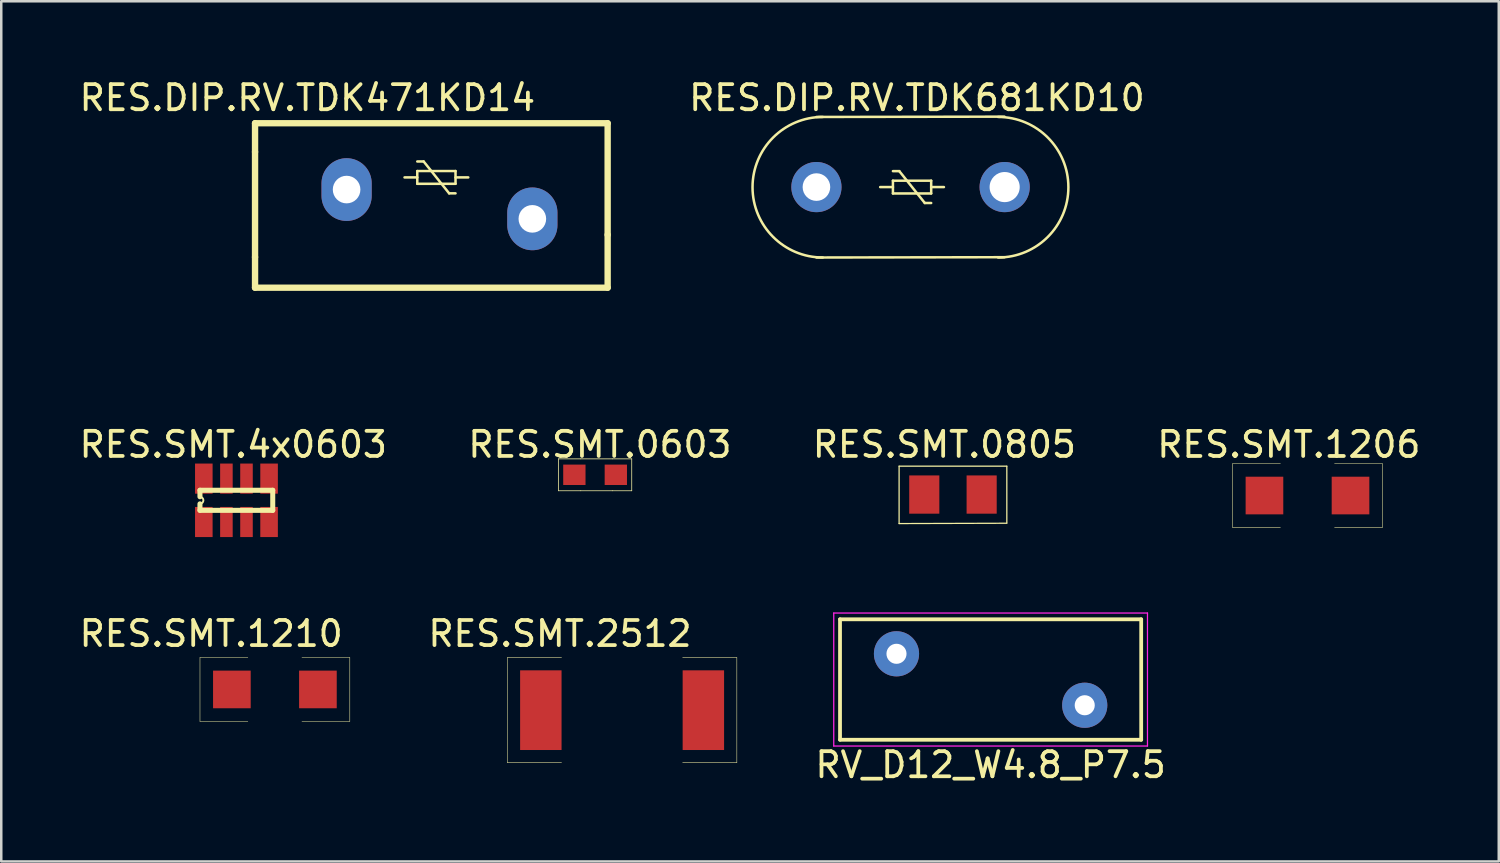
<source format=kicad_pcb>
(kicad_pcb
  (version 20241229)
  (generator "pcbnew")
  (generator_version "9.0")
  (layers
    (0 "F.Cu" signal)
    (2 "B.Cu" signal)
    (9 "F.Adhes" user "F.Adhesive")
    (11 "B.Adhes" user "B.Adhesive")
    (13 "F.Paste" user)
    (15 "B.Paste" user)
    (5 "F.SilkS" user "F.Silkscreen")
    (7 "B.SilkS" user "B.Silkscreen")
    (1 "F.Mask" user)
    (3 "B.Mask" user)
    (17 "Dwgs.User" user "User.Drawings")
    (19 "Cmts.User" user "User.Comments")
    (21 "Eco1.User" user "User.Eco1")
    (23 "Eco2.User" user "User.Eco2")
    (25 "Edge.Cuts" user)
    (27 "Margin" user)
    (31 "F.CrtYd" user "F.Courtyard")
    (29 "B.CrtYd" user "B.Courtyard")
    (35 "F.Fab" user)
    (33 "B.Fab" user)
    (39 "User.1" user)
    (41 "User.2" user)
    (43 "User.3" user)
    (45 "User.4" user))
  (footprint "RES.SMT.2512"
    (layer "F.Cu")
    (at 21.864 25.246)
    (property "Reference" "RES.SMT.2512" (at -2.603 -3.048 0) (layer "F.SilkS") (effects (font (size 1 1) (thickness 0.15))))
    (attr through_hole)
    (fp_line (start -4.699 -2.095) (end -2.54 -2.095) (stroke (width 0.02) (type solid)) (layer "F.SilkS"))
    (fp_line (start -4.699 2.095) (end -4.699 -2.095) (stroke (width 0.02) (type solid)) (layer "F.SilkS"))
    (fp_line (start -4.699 2.095) (end -2.54 2.095) (stroke (width 0.02) (type solid)) (layer "F.SilkS"))
    (fp_line (start 2.286 -2.095) (end 4.445 -2.095) (stroke (width 0.02) (type solid)) (layer "F.SilkS"))
    (fp_line (start 2.286 2.095) (end 4.445 2.095) (stroke (width 0.02) (type solid)) (layer "F.SilkS"))
    (fp_line (start 4.445 2.095) (end 4.445 -2.095) (stroke (width 0.02) (type solid)) (layer "F.SilkS"))
    (pad "1" smd rect (at -3.365 0 90) (size 3.175 1.651) (layers "F.Cu" "F.Mask" "F.Paste"))
    (pad "2" smd rect (at 3.111 0 90) (size 3.175 1.651) (layers "F.Cu" "F.Mask" "F.Paste")))
  (footprint "RES.DIP.RV.TDK681KD10"
    (layer "F.Cu")
    (at 33.484 8.976)
    (property "Reference" "RES.DIP.RV.TDK681KD10" (at 0 -8.128 0) (layer "F.SilkS") (effects (font (size 1 1) (thickness 0.15))))
    (attr through_hole)
    (fp_line (start -4.004 -7.366) (end 3.489 -7.378) (stroke (width 0.1) (type solid)) (layer "F.SilkS"))
    (fp_line (start -4.004 -1.766) (end 3.489 -1.778) (stroke (width 0.1) (type solid)) (layer "F.SilkS"))
    (fp_line (start -1.464 -4.572) (end -0.956 -4.572) (stroke (width 0.1) (type solid)) (layer "F.SilkS"))
    (fp_line (start -0.956 -5.207) (end -0.702 -5.207) (stroke (width 0.1) (type solid)) (layer "F.SilkS"))
    (fp_line (start -0.956 -4.318) (end -0.956 -4.826) (stroke (width 0.1) (type solid)) (layer "F.SilkS"))
    (fp_line (start -0.956 -4.318) (end 0.568 -4.318) (stroke (width 0.1) (type solid)) (layer "F.SilkS"))
    (fp_line (start -0.956 -4.826) (end 0.568 -4.826) (stroke (width 0.1) (type solid)) (layer "F.SilkS"))
    (fp_line (start -0.702 -5.207) (end 0.314 -3.937) (stroke (width 0.1) (type solid)) (layer "F.SilkS"))
    (fp_line (start 0.314 -3.937) (end 0.568 -3.937) (stroke (width 0.1) (type solid)) (layer "F.SilkS"))
    (fp_line (start 0.568 -4.826) (end 0.568 -4.318) (stroke (width 0.1) (type solid)) (layer "F.SilkS"))
    (fp_line (start 0.568 -4.572) (end 1.076 -4.572) (stroke (width 0.1) (type solid)) (layer "F.SilkS"))
    (fp_arc (start -3.74999 -1.766) (mid -6.54999 -4.566) (end -3.74999 -7.366) (stroke (width 0.1) (type solid)) (layer "F.SilkS"))
    (fp_arc (start 3.235 -7.366) (mid 6.035 -4.566) (end 3.235 -1.766) (stroke (width 0.1) (type solid)) (layer "F.SilkS"))
    (pad "1" thru_hole circle (at -4.004 -4.572) (size 2 2) (drill 1.1) (layers "*.Cu" "*.Mask"))
    (pad "2" thru_hole circle (at 3.496 -4.572) (size 2 2) (drill 1.2) (layers "*.Cu" "*.Mask")))
  (footprint "RES.SMT.4x0603"
    (layer "F.Cu")
    (at 6.371 16.821)
    (property "Reference" "RES.SMT.4x0603" (at -0.127 -2.159 0) (layer "F.SilkS") (effects (font (size 1 1) (thickness 0.15))))
    (attr through_hole)
    (fp_line (start -1.454 -0.337) (end 1.446 -0.337) (stroke (width 0.2) (type solid)) (layer "F.SilkS"))
    (fp_line (start -1.454 -0.078) (end -1.454 -0.337) (stroke (width 0.2) (type solid)) (layer "F.SilkS"))
    (fp_line (start -1.454 0.463) (end -1.454 0.204) (stroke (width 0.2) (type solid)) (layer "F.SilkS"))
    (fp_line (start -1.454 0.463) (end 1.446 0.463) (stroke (width 0.2) (type solid)) (layer "F.SilkS"))
    (fp_line (start 1.446 0.463) (end 1.446 -0.337) (stroke (width 0.2) (type solid)) (layer "F.SilkS"))
    (fp_arc (start -1.45398 -0.07802) (mid -1.313 0.06296) (end -1.45398 0.20394) (stroke (width 0.0762) (type solid)) (layer "F.SilkS"))
    (pad "1" smd rect (at -1.3 0.928 180) (size 0.7 1.2) (layers "F.Cu" "F.Mask" "F.Paste"))
    (pad "2" smd rect (at -0.4 0.928 180) (size 0.5 1.2) (layers "F.Cu" "F.Mask" "F.Paste"))
    (pad "3" smd rect (at 0.4 0.928 180) (size 0.5 1.2) (layers "F.Cu" "F.Mask" "F.Paste"))
    (pad "4" smd rect (at 1.3 0.928 180) (size 0.7 1.2) (layers "F.Cu" "F.Mask" "F.Paste"))
    (pad "5" smd rect (at 1.3 -0.801 180) (size 0.7 1.2) (layers "F.Cu" "F.Mask" "F.Paste"))
    (pad "6" smd rect (at 0.4 -0.801 180) (size 0.5 1.2) (layers "F.Cu" "F.Mask" "F.Paste"))
    (pad "7" smd rect (at -0.4 -0.801 180) (size 0.5 1.2) (layers "F.Cu" "F.Mask" "F.Paste"))
    (pad "8" smd rect (at -1.3 -0.801 180) (size 0.7 1.2) (layers "F.Cu" "F.Mask" "F.Paste")))
  (footprint "RES.SMT.1206"
    (layer "F.Cu")
    (at 49.002 16.758)
    (property "Reference" "RES.SMT.1206" (at -0.699 -2.095 0) (layer "F.SilkS") (effects (font (size 1 1) (thickness 0.15))))
    (attr through_hole)
    (fp_line (start -2.941 -1.333) (end -1.036 -1.333) (stroke (width 0.02) (type solid)) (layer "F.SilkS"))
    (fp_line (start -2.941 1.206) (end -2.941 -1.333) (stroke (width 0.02) (type solid)) (layer "F.SilkS"))
    (fp_line (start -2.941 1.206) (end -1.036 1.206) (stroke (width 0.02) (type solid)) (layer "F.SilkS"))
    (fp_line (start 1.123 -1.333) (end 3.028 -1.333) (stroke (width 0.02) (type solid)) (layer "F.SilkS"))
    (fp_line (start 1.123 1.206) (end 3.028 1.206) (stroke (width 0.02) (type solid)) (layer "F.SilkS"))
    (fp_line (start 3.028 1.206) (end 3.028 -1.333) (stroke (width 0.02) (type solid)) (layer "F.SilkS"))
    (pad "1" smd rect (at -1.671 -0.064) (size 1.5 1.5) (layers "F.Cu" "F.Mask" "F.Paste"))
    (pad "2" smd rect (at 1.758 -0.064) (size 1.5 1.5) (layers "F.Cu" "F.Mask" "F.Paste")))
  (footprint "RV_D12_W4.8_P7.5"
    (layer "F.Cu")
    (at 32.67 23)
    (property "Reference" "RV_D12_W4.8_P7.5" (at 3.75 4.425 0) (layer "F.SilkS") (effects (font (size 1 1) (thickness 0.15))))
    (attr through_hole)
    (fp_line (start -2.25 -1.375) (end -2.25 3.425) (stroke (width 0.15) (type solid)) (layer "F.SilkS"))
    (fp_line (start -2.25 -1.375) (end 9.75 -1.375) (stroke (width 0.15) (type solid)) (layer "F.SilkS"))
    (fp_line (start -2.25 3.425) (end 9.75 3.425) (stroke (width 0.15) (type solid)) (layer "F.SilkS"))
    (fp_line (start 9.75 -1.375) (end 9.75 3.425) (stroke (width 0.15) (type solid)) (layer "F.SilkS"))
    (fp_line (start -2.5 -1.625) (end -2.5 3.675) (stroke (width 0.05) (type solid)) (layer "F.CrtYd"))
    (fp_line (start -2.5 -1.625) (end 10 -1.625) (stroke (width 0.05) (type solid)) (layer "F.CrtYd"))
    (fp_line (start -2.5 3.675) (end 10 3.675) (stroke (width 0.05) (type solid)) (layer "F.CrtYd"))
    (fp_line (start 10 -1.625) (end 10 3.675) (stroke (width 0.05) (type solid)) (layer "F.CrtYd"))
    (pad "1" thru_hole circle (at 0 0) (size 1.8 1.8) (drill 0.8) (layers "*.Cu" "*.Mask"))
    (pad "2" thru_hole circle (at 7.5 2.05) (size 1.8 1.8) (drill 0.8) (layers "*.Cu" "*.Mask")))
  (footprint "RES.SMT.0603"
    (layer "F.Cu")
    (at 20.661 15.932)
    (property "Reference" "RES.SMT.0603" (at 0.191 -1.27 0) (layer "F.SilkS") (effects (font (size 1 1) (thickness 0.15))))
    (attr through_hole)
    (fp_line (start -1.46 -0.699) (end -0.572 -0.699) (stroke (width 0.03) (type solid)) (layer "F.SilkS"))
    (fp_line (start -1.46 0.572) (end -1.46 -0.699) (stroke (width 0.03) (type solid)) (layer "F.SilkS"))
    (fp_line (start -1.46 0.572) (end -0.572 0.572) (stroke (width 0.03) (type solid)) (layer "F.SilkS"))
    (fp_line (start -0.572 -0.699) (end 0.699 -0.699) (stroke (width 0.03) (type solid)) (layer "F.SilkS"))
    (fp_line (start -0.572 0.572) (end 0.699 0.572) (stroke (width 0.03) (type solid)) (layer "F.SilkS"))
    (fp_line (start 0.699 -0.699) (end 1.46 -0.699) (stroke (width 0.03) (type solid)) (layer "F.SilkS"))
    (fp_line (start 0.699 0.572) (end 1.46 0.572) (stroke (width 0.03) (type solid)) (layer "F.SilkS"))
    (fp_line (start 1.46 0.572) (end 1.46 -0.699) (stroke (width 0.03) (type solid)) (layer "F.SilkS"))
    (pad "1" smd rect (at -0.826 -0.064) (size 0.889 0.813) (layers "F.Cu" "F.Mask" "F.Paste"))
    (pad "2" smd rect (at 0.826 -0.064) (size 0.889 0.813) (layers "F.Cu" "F.Mask" "F.Paste")))
  (footprint "RES.SMT.1210"
    (layer "F.Cu")
    (at 7.903 24.42)
    (property "Reference" "RES.SMT.1210" (at -2.54 -2.223 0) (layer "F.SilkS") (effects (font (size 1 1) (thickness 0.15))))
    (attr through_hole)
    (fp_line (start -2.985 -1.27) (end -1.079 -1.27) (stroke (width 0.02) (type solid)) (layer "F.SilkS"))
    (fp_line (start -2.985 1.27) (end -2.985 -1.27) (stroke (width 0.02) (type solid)) (layer "F.SilkS"))
    (fp_line (start -2.985 1.27) (end -1.079 1.27) (stroke (width 0.02) (type solid)) (layer "F.SilkS"))
    (fp_line (start 1.079 -1.27) (end 2.985 -1.27) (stroke (width 0.02) (type solid)) (layer "F.SilkS"))
    (fp_line (start 1.079 1.27) (end 2.985 1.27) (stroke (width 0.02) (type solid)) (layer "F.SilkS"))
    (fp_line (start 2.985 1.27) (end 2.985 -1.27) (stroke (width 0.02) (type solid)) (layer "F.SilkS"))
    (pad "1" smd rect (at -1.714 0) (size 1.5 1.5) (layers "F.Cu" "F.Mask" "F.Paste"))
    (pad "2" smd rect (at 1.714 0) (size 1.5 1.5) (layers "F.Cu" "F.Mask" "F.Paste")))
  (footprint "RES.DIP.RV.TDK471KD14"
    (layer "F.Cu")
    (at 14.213 10.564)
    (property "Reference" "RES.DIP.RV.TDK471KD14" (at -5.016 -9.716 0) (layer "F.SilkS") (effects (font (size 1 1) (thickness 0.15))))
    (attr through_hole)
    (fp_line (start -7.101 -8.704) (end 6.948 -8.704) (stroke (width 0.254) (type solid)) (layer "F.SilkS"))
    (fp_line (start -7.101 -7.561) (end -7.101 -8.704) (stroke (width 0.254) (type solid)) (layer "F.SilkS"))
    (fp_line (start -7.101 -3.37) (end -7.101 -7.561) (stroke (width 0.254) (type solid)) (layer "F.SilkS"))
    (fp_line (start -7.101 -2.151) (end -7.101 -3.37) (stroke (width 0.254) (type solid)) (layer "F.SilkS"))
    (fp_line (start -7.101 -2.151) (end 6.948 -2.151) (stroke (width 0.254) (type solid)) (layer "F.SilkS"))
    (fp_line (start -1.145 -6.545) (end -0.637 -6.545) (stroke (width 0.1) (type solid)) (layer "F.SilkS"))
    (fp_line (start -0.637 -7.18) (end -0.383 -7.18) (stroke (width 0.1) (type solid)) (layer "F.SilkS"))
    (fp_line (start -0.637 -6.799) (end 0.887 -6.799) (stroke (width 0.1) (type solid)) (layer "F.SilkS"))
    (fp_line (start -0.637 -6.291) (end -0.637 -6.799) (stroke (width 0.1) (type solid)) (layer "F.SilkS"))
    (fp_line (start -0.637 -6.291) (end 0.887 -6.291) (stroke (width 0.1) (type solid)) (layer "F.SilkS"))
    (fp_line (start -0.383 -7.18) (end 0.633 -5.91) (stroke (width 0.1) (type solid)) (layer "F.SilkS"))
    (fp_line (start 0.633 -5.91) (end 0.887 -5.91) (stroke (width 0.1) (type solid)) (layer "F.SilkS"))
    (fp_line (start 0.887 -6.799) (end 0.887 -6.291) (stroke (width 0.1) (type solid)) (layer "F.SilkS"))
    (fp_line (start 0.887 -6.545) (end 1.395 -6.545) (stroke (width 0.1) (type solid)) (layer "F.SilkS"))
    (fp_line (start 6.948 -4.259) (end 6.948 -8.704) (stroke (width 0.254) (type solid)) (layer "F.SilkS"))
    (fp_line (start 6.948 -2.151) (end 6.948 -4.259) (stroke (width 0.254) (type solid)) (layer "F.SilkS"))
    (pad "1" thru_hole oval (at -3.453 -6.061 270) (size 2.5 2) (drill 1.1) (layers "*.Cu" "*.Mask"))
    (pad "2" thru_hole oval (at 3.948 -4.894 270) (size 2.5 2) (drill 1.1) (layers "*.Cu" "*.Mask")))
  (footprint "RES.SMT.0805"
    (layer "F.Cu")
    (at 34.882 16.719)
    (property "Reference" "RES.SMT.0805" (at -0.305 -2.057 0) (layer "F.SilkS") (effects (font (size 1 1) (thickness 0.15))))
    (attr through_hole)
    (fp_line (start -2.108 -1.194) (end 2.184 -1.194) (stroke (width 0.05) (type solid)) (layer "F.SilkS"))
    (fp_line (start -2.108 1.092) (end -2.108 -1.194) (stroke (width 0.05) (type solid)) (layer "F.SilkS"))
    (fp_line (start -2.108 1.092) (end 2.184 1.079) (stroke (width 0.05) (type solid)) (layer "F.SilkS"))
    (fp_line (start 2.184 1.067) (end 2.184 -1.194) (stroke (width 0.05) (type solid)) (layer "F.SilkS"))
    (pad "1" smd rect (at -1.105 -0.064) (size 1.2 1.524) (layers "F.Cu" "F.Mask" "F.Paste"))
    (pad "2" smd rect (at 1.181 -0.064) (size 1.2 1.524) (layers "F.Cu" "F.Mask" "F.Paste")))
  (gr_rect
    (start -3 -3)
    (end 56.667 31.273)
    (stroke (width 0.1) (type default))
    (fill no)
    (layer "Edge.Cuts")))
</source>
